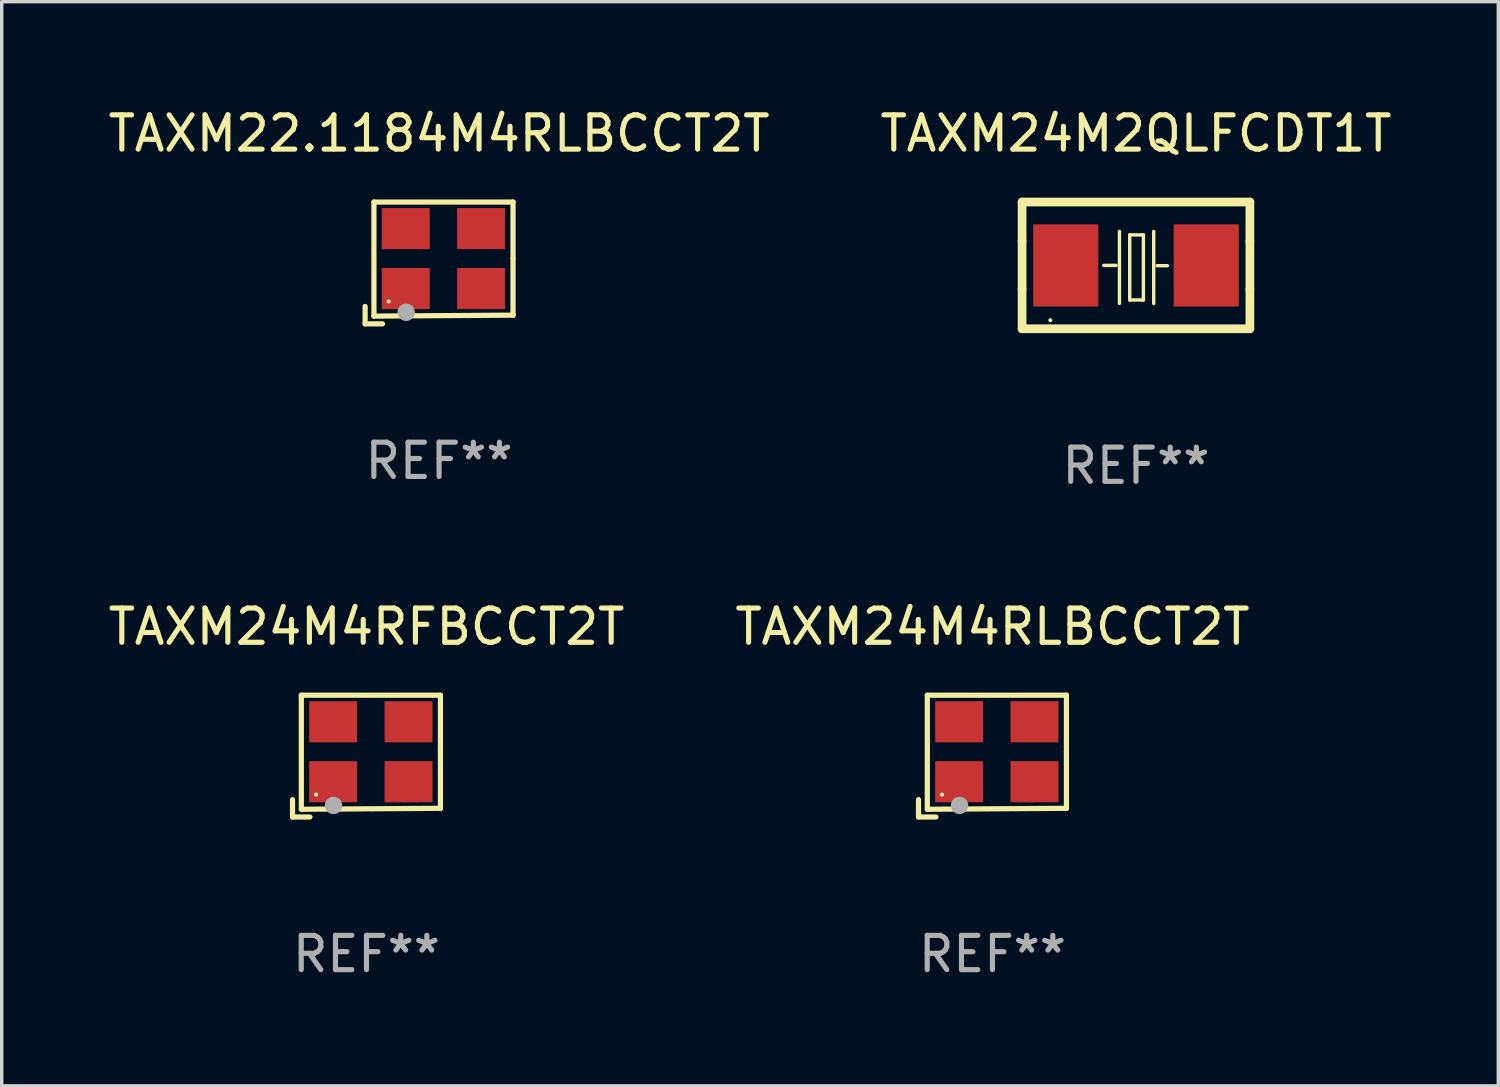
<source format=kicad_pcb>
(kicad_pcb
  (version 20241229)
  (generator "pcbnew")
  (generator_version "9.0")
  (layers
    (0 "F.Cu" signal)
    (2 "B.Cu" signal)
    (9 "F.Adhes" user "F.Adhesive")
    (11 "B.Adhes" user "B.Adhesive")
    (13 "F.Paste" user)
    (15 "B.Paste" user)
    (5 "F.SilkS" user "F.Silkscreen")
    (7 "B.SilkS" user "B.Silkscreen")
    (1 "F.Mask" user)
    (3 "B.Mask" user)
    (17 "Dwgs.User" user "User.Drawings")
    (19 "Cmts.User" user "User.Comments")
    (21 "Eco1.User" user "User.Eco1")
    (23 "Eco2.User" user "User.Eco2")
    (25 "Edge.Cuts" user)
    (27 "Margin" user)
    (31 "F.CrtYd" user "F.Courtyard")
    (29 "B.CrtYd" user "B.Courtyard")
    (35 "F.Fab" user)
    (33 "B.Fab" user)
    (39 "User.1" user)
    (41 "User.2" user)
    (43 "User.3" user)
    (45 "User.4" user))
  (footprint "TAXM24M4RLBCCT2T"
    (layer "F.Cu")
    (at 25.923 19.023)
    (property "Reference" "TAXM24M4RLBCCT2T" (at 0 -3.778 0) (layer "F.SilkS") (effects (font (size 1 1) (thickness 0.15))))
    (attr through_hole)
    (fp_line (start -2.159 1.27) (end -2.159 1.778) (stroke (width 0.152) (type solid)) (layer "F.SilkS"))
    (fp_line (start -2.159 1.778) (end -1.651 1.778) (stroke (width 0.152) (type solid)) (layer "F.SilkS"))
    (fp_line (start -1.902 -1.778) (end 2.159 -1.778) (stroke (width 0.152) (type solid)) (layer "F.SilkS"))
    (fp_line (start -1.902 1.552) (end -1.902 -1.778) (stroke (width 0.152) (type solid)) (layer "F.SilkS"))
    (fp_line (start 2.159 -1.778) (end 2.159 -0.127) (stroke (width 0.152) (type solid)) (layer "F.SilkS"))
    (fp_line (start 2.159 -0.127) (end 2.159 1.524) (stroke (width 0.152) (type solid)) (layer "F.SilkS"))
    (fp_line (start 2.159 1.524) (end -1.902 1.552) (stroke (width 0.152) (type solid)) (layer "F.SilkS"))
    (fp_line (start 2.159 1.524) (end 2.159 1.524) (stroke (width 0.152) (type solid)) (layer "F.SilkS"))
    (fp_circle (center -1.473 1.123) (end -1.443 1.123) (stroke (width 0.06) (type solid)) (fill no) (layer "F.SilkS"))
    (fp_circle (center -0.961 1.44) (end -0.834 1.44) (stroke (width 0.254) (type solid)) (fill no) (layer "F.Fab"))
    (fp_text user "REF**" (at 0 5.778 0) (layer "F.Fab") (effects (font (size 1 1) (thickness 0.15))))
    (pad "1" smd rect (at -0.973 0.748) (size 1.4 1.2) (layers "F.Cu" "F.Mask" "F.Paste"))
    (pad "2" smd rect (at 1.227 0.748) (size 1.4 1.2) (layers "F.Cu" "F.Mask" "F.Paste"))
    (pad "3" smd rect (at 1.227 -1.002) (size 1.4 1.2) (layers "F.Cu" "F.Mask" "F.Paste"))
    (pad "4" smd rect (at -0.973 -1.002) (size 1.4 1.2) (layers "F.Cu" "F.Mask" "F.Paste")))
  (footprint "TAXM24M4RFBCCT2T"
    (layer "F.Cu")
    (at 7.649 19.023)
    (property "Reference" "TAXM24M4RFBCCT2T" (at 0 -3.778 0) (layer "F.SilkS") (effects (font (size 1 1) (thickness 0.15))))
    (attr through_hole)
    (fp_line (start -2.159 1.27) (end -2.159 1.778) (stroke (width 0.152) (type solid)) (layer "F.SilkS"))
    (fp_line (start -2.159 1.778) (end -1.651 1.778) (stroke (width 0.152) (type solid)) (layer "F.SilkS"))
    (fp_line (start -1.902 -1.778) (end 2.159 -1.778) (stroke (width 0.152) (type solid)) (layer "F.SilkS"))
    (fp_line (start -1.902 1.552) (end -1.902 -1.778) (stroke (width 0.152) (type solid)) (layer "F.SilkS"))
    (fp_line (start 2.159 -1.778) (end 2.159 -0.127) (stroke (width 0.152) (type solid)) (layer "F.SilkS"))
    (fp_line (start 2.159 -0.127) (end 2.159 1.524) (stroke (width 0.152) (type solid)) (layer "F.SilkS"))
    (fp_line (start 2.159 1.524) (end -1.902 1.552) (stroke (width 0.152) (type solid)) (layer "F.SilkS"))
    (fp_line (start 2.159 1.524) (end 2.159 1.524) (stroke (width 0.152) (type solid)) (layer "F.SilkS"))
    (fp_circle (center -1.473 1.123) (end -1.443 1.123) (stroke (width 0.06) (type solid)) (fill no) (layer "F.SilkS"))
    (fp_circle (center -0.961 1.44) (end -0.834 1.44) (stroke (width 0.254) (type solid)) (fill no) (layer "F.Fab"))
    (fp_text user "REF**" (at 0 5.778 0) (layer "F.Fab") (effects (font (size 1 1) (thickness 0.15))))
    (pad "1" smd rect (at -0.973 0.748) (size 1.4 1.2) (layers "F.Cu" "F.Mask" "F.Paste"))
    (pad "2" smd rect (at 1.227 0.748) (size 1.4 1.2) (layers "F.Cu" "F.Mask" "F.Paste"))
    (pad "3" smd rect (at 1.227 -1.002) (size 1.4 1.2) (layers "F.Cu" "F.Mask" "F.Paste"))
    (pad "4" smd rect (at -0.973 -1.002) (size 1.4 1.2) (layers "F.Cu" "F.Mask" "F.Paste")))
  (footprint "TAXM24M2QLFCDT1T"
    (layer "F.Cu")
    (at 30.113 4.698)
    (property "Reference" "TAXM24M2QLFCDT1T" (at 0 -3.85 0) (layer "F.SilkS") (effects (font (size 1 1) (thickness 0.15))))
    (attr through_hole)
    (fp_line (start -3.325 0.7) (end -3.325 -0.7) (stroke (width 0.254) (type solid)) (layer "F.SilkS"))
    (fp_line (start -3.325 -1.85) (end 3.325 -1.85) (stroke (width 0.254) (type solid)) (layer "F.SilkS"))
    (fp_line (start -3.325 -0.7) (end -3.325 -1.85) (stroke (width 0.254) (type solid)) (layer "F.SilkS"))
    (fp_line (start -3.325 1.85) (end -3.325 0.7) (stroke (width 0.254) (type solid)) (layer "F.SilkS"))
    (fp_line (start -0.94 -0.000127) (end -0.584 -0.000127) (stroke (width 0.1) (type solid)) (layer "F.SilkS"))
    (fp_line (start -0.483 -0.991) (end -0.483 1.109) (stroke (width 0.1) (type solid)) (layer "F.SilkS"))
    (fp_line (start -0.183 -0.891) (end -0.183 1.009) (stroke (width 0.1) (type solid)) (layer "F.SilkS"))
    (fp_line (start -0.183 1.009) (end 0.217 1.009) (stroke (width 0.1) (type solid)) (layer "F.SilkS"))
    (fp_line (start 0.217 -0.891) (end -0.183 -0.891) (stroke (width 0.1) (type solid)) (layer "F.SilkS"))
    (fp_line (start 0.217 1.009) (end 0.217 -0.891) (stroke (width 0.1) (type solid)) (layer "F.SilkS"))
    (fp_line (start 0.517 -0.991) (end 0.517 1.109) (stroke (width 0.1) (type solid)) (layer "F.SilkS"))
    (fp_line (start 0.617 0.009) (end 0.917 0.009) (stroke (width 0.1) (type solid)) (layer "F.SilkS"))
    (fp_line (start 3.325 -1.85) (end 3.325 -0.7) (stroke (width 0.254) (type solid)) (layer "F.SilkS"))
    (fp_line (start 3.325 0.7) (end 3.325 1.85) (stroke (width 0.254) (type solid)) (layer "F.SilkS"))
    (fp_line (start 3.325 1.85) (end -3.325 1.85) (stroke (width 0.254) (type solid)) (layer "F.SilkS"))
    (fp_line (start 3.325 -0.7) (end 3.325 0.7) (stroke (width 0.254) (type solid)) (layer "F.SilkS"))
    (fp_circle (center -2.5 1.6) (end -2.47 1.6) (stroke (width 0.06) (type solid)) (fill no) (layer "F.SilkS"))
    (fp_text user "REF**" (at 0 5.85 0) (layer "F.Fab") (effects (font (size 1 1) (thickness 0.15))))
    (pad "1" smd rect (at -2.05 -0.000127) (size 1.9 2.4) (layers "F.Cu" "F.Mask" "F.Paste"))
    (pad "2" smd rect (at 2.05 -0.000127) (size 1.9 2.4) (layers "F.Cu" "F.Mask" "F.Paste")))
  (footprint "TAXM22.1184M4RLBCCT2T"
    (layer "F.Cu")
    (at 9.768 4.626)
    (property "Reference" "TAXM22.1184M4RLBCCT2T" (at 0 -3.778 0) (layer "F.SilkS") (effects (font (size 1 1) (thickness 0.15))))
    (attr through_hole)
    (fp_line (start -2.159 1.27) (end -2.159 1.778) (stroke (width 0.152) (type solid)) (layer "F.SilkS"))
    (fp_line (start -2.159 1.778) (end -1.651 1.778) (stroke (width 0.152) (type solid)) (layer "F.SilkS"))
    (fp_line (start -1.902 -1.778) (end 2.159 -1.778) (stroke (width 0.152) (type solid)) (layer "F.SilkS"))
    (fp_line (start -1.902 1.552) (end -1.902 -1.778) (stroke (width 0.152) (type solid)) (layer "F.SilkS"))
    (fp_line (start 2.159 -1.778) (end 2.159 -0.127) (stroke (width 0.152) (type solid)) (layer "F.SilkS"))
    (fp_line (start 2.159 -0.127) (end 2.159 1.524) (stroke (width 0.152) (type solid)) (layer "F.SilkS"))
    (fp_line (start 2.159 1.524) (end -1.902 1.552) (stroke (width 0.152) (type solid)) (layer "F.SilkS"))
    (fp_line (start 2.159 1.524) (end 2.159 1.524) (stroke (width 0.152) (type solid)) (layer "F.SilkS"))
    (fp_circle (center -1.473 1.123) (end -1.443 1.123) (stroke (width 0.06) (type solid)) (fill no) (layer "F.SilkS"))
    (fp_circle (center -0.961 1.44) (end -0.834 1.44) (stroke (width 0.254) (type solid)) (fill no) (layer "F.Fab"))
    (fp_text user "REF**" (at 0 5.778 0) (layer "F.Fab") (effects (font (size 1 1) (thickness 0.15))))
    (pad "1" smd rect (at -0.973 0.748) (size 1.4 1.2) (layers "F.Cu" "F.Mask" "F.Paste"))
    (pad "2" smd rect (at 1.227 0.748) (size 1.4 1.2) (layers "F.Cu" "F.Mask" "F.Paste"))
    (pad "3" smd rect (at 1.227 -1.002) (size 1.4 1.2) (layers "F.Cu" "F.Mask" "F.Paste"))
    (pad "4" smd rect (at -0.973 -1.002) (size 1.4 1.2) (layers "F.Cu" "F.Mask" "F.Paste")))
  (gr_rect
    (start -3 -3)
    (end 40.69 28.649)
    (stroke (width 0.1) (type default))
    (fill no)
    (layer "Edge.Cuts")))
</source>
